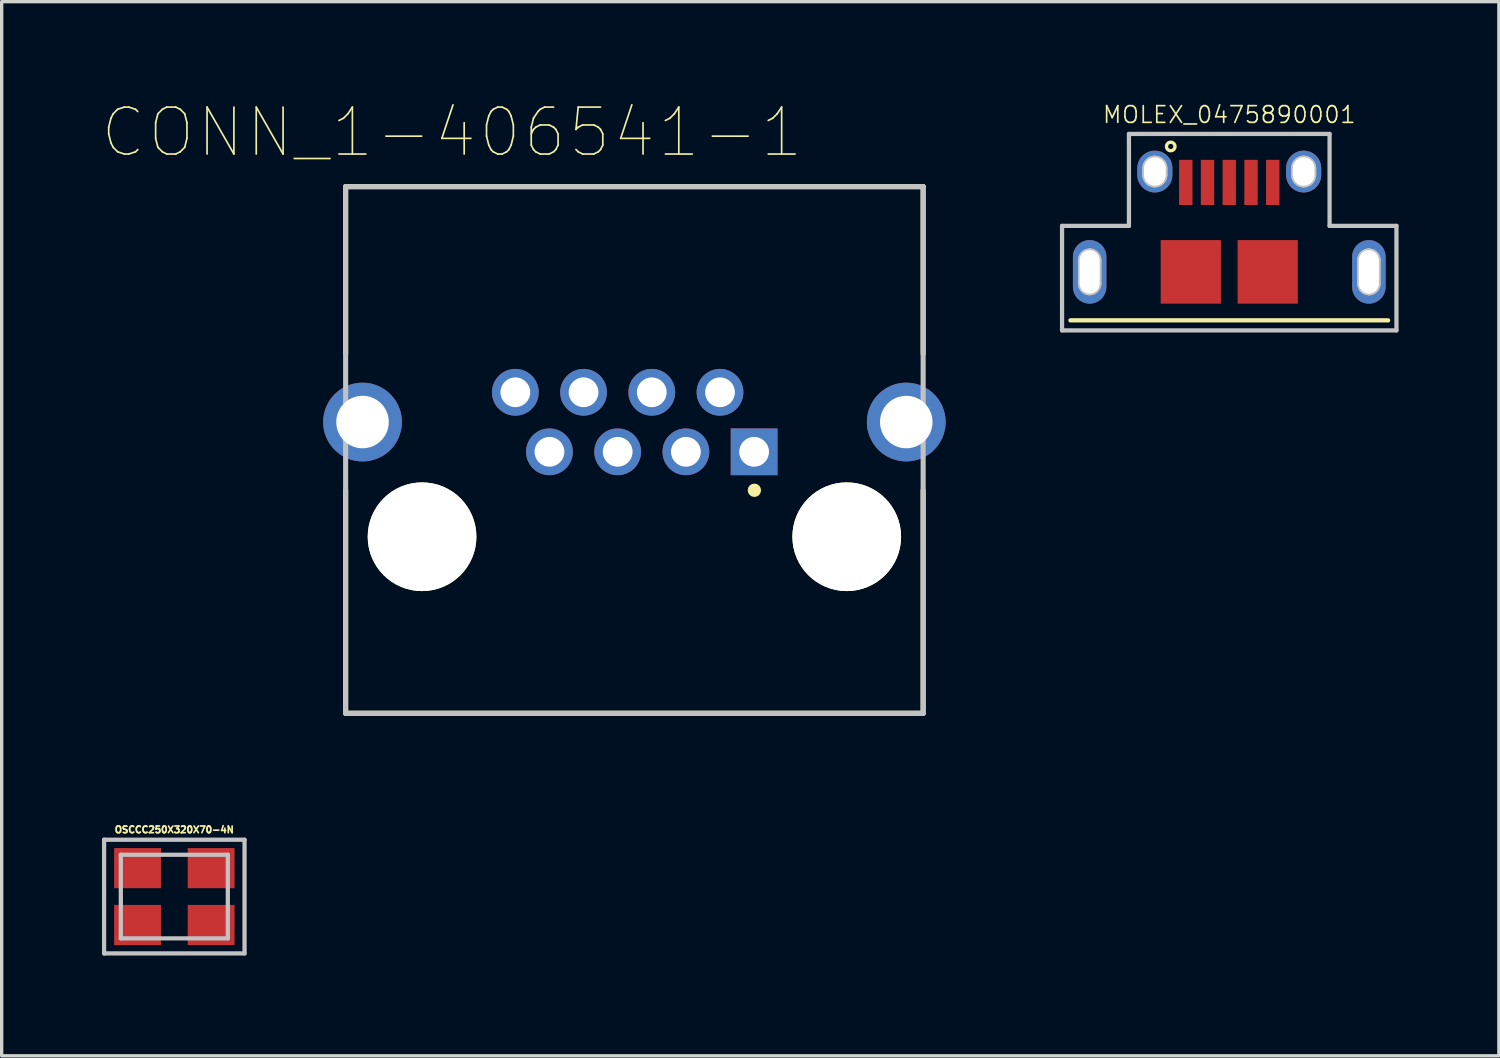
<source format=kicad_pcb>
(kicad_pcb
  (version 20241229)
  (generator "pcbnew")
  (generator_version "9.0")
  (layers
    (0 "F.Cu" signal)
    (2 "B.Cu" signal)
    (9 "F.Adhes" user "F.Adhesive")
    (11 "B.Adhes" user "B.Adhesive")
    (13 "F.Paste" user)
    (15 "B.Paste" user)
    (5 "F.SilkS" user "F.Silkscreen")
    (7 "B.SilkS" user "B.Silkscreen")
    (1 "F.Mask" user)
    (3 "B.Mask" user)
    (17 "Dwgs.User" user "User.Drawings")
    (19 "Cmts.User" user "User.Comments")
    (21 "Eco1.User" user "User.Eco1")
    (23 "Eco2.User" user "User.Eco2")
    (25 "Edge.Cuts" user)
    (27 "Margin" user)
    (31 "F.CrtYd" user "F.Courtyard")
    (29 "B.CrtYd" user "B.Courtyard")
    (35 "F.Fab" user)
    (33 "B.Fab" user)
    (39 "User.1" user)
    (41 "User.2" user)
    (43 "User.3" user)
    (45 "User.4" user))
  (footprint "CONN_1-406541-1"
    (layer "F.Cu")
    (at 15.921 9.571)
    (property "Reference" "CONN_1-406541-1" (at -5.458 -8.662 0) (layer "F.SilkS") (effects (font (size 1.404 1.404) (thickness 0.05))))
    (attr through_hole)
    (fp_line (start -8.635 -7.04) (end -8.635 -2.04) (stroke (width 0.152) (type solid)) (layer "F.SilkS"))
    (fp_line (start -8.635 -7.04) (end 8.635 -7.04) (stroke (width 0.152) (type solid)) (layer "F.SilkS"))
    (fp_line (start -8.635 2.04) (end -8.635 8.71) (stroke (width 0.152) (type solid)) (layer "F.SilkS"))
    (fp_line (start -8.635 8.71) (end 8.635 8.71) (stroke (width 0.152) (type solid)) (layer "F.SilkS"))
    (fp_line (start 8.635 -7.04) (end 8.635 -2.04) (stroke (width 0.152) (type solid)) (layer "F.SilkS"))
    (fp_line (start 8.635 2.04) (end 8.635 8.71) (stroke (width 0.152) (type solid)) (layer "F.SilkS"))
    (fp_circle (center 3.588 2.04) (end 3.688 2.04) (stroke (width 0.2) (type solid)) (fill no) (layer "F.SilkS"))
    (fp_line (start -8.635 -7.04) (end -8.635 8.71) (stroke (width 0.152) (type solid)) (layer "Dwgs.User"))
    (fp_line (start -8.635 -7.04) (end 8.635 -7.04) (stroke (width 0.152) (type solid)) (layer "Dwgs.User"))
    (fp_line (start -8.635 8.71) (end 8.635 8.71) (stroke (width 0.152) (type solid)) (layer "Dwgs.User"))
    (fp_line (start 8.635 -7.04) (end 8.635 8.71) (stroke (width 0.152) (type solid)) (layer "Dwgs.User"))
    (fp_line (start -9.7 -1.25) (end -8.885 -1.25) (stroke (width 0.05) (type solid)) (layer "Eco1.User"))
    (fp_line (start -9.7 1.25) (end -9.7 -1.25) (stroke (width 0.05) (type solid)) (layer "Eco1.User"))
    (fp_line (start -8.885 -7.29) (end 8.885 -7.29) (stroke (width 0.05) (type solid)) (layer "Eco1.User"))
    (fp_line (start -8.885 -1.25) (end -8.885 -7.29) (stroke (width 0.05) (type solid)) (layer "Eco1.User"))
    (fp_line (start -8.885 1.25) (end -9.7 1.25) (stroke (width 0.05) (type solid)) (layer "Eco1.User"))
    (fp_line (start -8.885 8.96) (end -8.885 1.25) (stroke (width 0.05) (type solid)) (layer "Eco1.User"))
    (fp_line (start 8.885 -7.29) (end 8.885 -1.25) (stroke (width 0.05) (type solid)) (layer "Eco1.User"))
    (fp_line (start 8.885 -1.25) (end 9.7 -1.25) (stroke (width 0.05) (type solid)) (layer "Eco1.User"))
    (fp_line (start 8.885 1.25) (end 8.885 8.96) (stroke (width 0.05) (type solid)) (layer "Eco1.User"))
    (fp_line (start 8.885 8.96) (end -8.885 8.96) (stroke (width 0.05) (type solid)) (layer "Eco1.User"))
    (fp_line (start 9.7 -1.25) (end 9.7 1.25) (stroke (width 0.05) (type solid)) (layer "Eco1.User"))
    (fp_line (start 9.7 1.25) (end 8.885 1.25) (stroke (width 0.05) (type solid)) (layer "Eco1.User"))
    (pad "" np_thru_hole circle (at -6.35 3.43) (size 3.25 3.25) (drill 3.25) (layers "*.Cu" "*.Mask" "F.SilkS"))
    (pad "" np_thru_hole circle (at 6.35 3.43) (size 3.25 3.25) (drill 3.25) (layers "*.Cu" "*.Mask" "F.SilkS"))
    (pad "1" thru_hole rect (at 3.58 0.89) (size 1.398 1.398) (drill 0.89) (layers "*.Cu" "*.Mask"))
    (pad "2" thru_hole circle (at 2.56 -0.89) (size 1.398 1.398) (drill 0.89) (layers "*.Cu" "*.Mask"))
    (pad "3" thru_hole circle (at 1.54 0.89) (size 1.398 1.398) (drill 0.89) (layers "*.Cu" "*.Mask"))
    (pad "4" thru_hole circle (at 0.52 -0.89) (size 1.398 1.398) (drill 0.89) (layers "*.Cu" "*.Mask"))
    (pad "5" thru_hole circle (at -0.5 0.89) (size 1.398 1.398) (drill 0.89) (layers "*.Cu" "*.Mask"))
    (pad "6" thru_hole circle (at -1.52 -0.89) (size 1.398 1.398) (drill 0.89) (layers "*.Cu" "*.Mask"))
    (pad "7" thru_hole circle (at -2.54 0.89) (size 1.398 1.398) (drill 0.89) (layers "*.Cu" "*.Mask"))
    (pad "8" thru_hole circle (at -3.56 -0.89) (size 1.398 1.398) (drill 0.89) (layers "*.Cu" "*.Mask"))
    (pad "9" thru_hole circle (at -8.13 0) (size 2.355 2.355) (drill 1.57) (layers "*.Cu" "*.Mask"))
    (pad "10" thru_hole circle (at 8.13 0) (size 2.355 2.355) (drill 1.57) (layers "*.Cu" "*.Mask")))
  (footprint "OSCCC250X320X70-4N"
    (layer "F.Cu")
    (at 2.163 23.761)
    (property "Reference" "OSCCC250X320X70-4N" (at 0 -2 0) (layer "F.SilkS") (effects (font (size 0.2 0.2) (thickness 0.05))))
    (attr smd)
    (fp_line (start -2.1 -1.7) (end 2.1 -1.7) (stroke (width 0.127) (type solid)) (layer "Dwgs.User"))
    (fp_line (start -2.1 1.7) (end -2.1 -1.7) (stroke (width 0.127) (type solid)) (layer "Dwgs.User"))
    (fp_line (start -1.6 -1.25) (end -1.6 1.25) (stroke (width 0.127) (type solid)) (layer "Dwgs.User"))
    (fp_line (start -1.6 1.25) (end 1.6 1.25) (stroke (width 0.127) (type solid)) (layer "Dwgs.User"))
    (fp_line (start 1.6 -1.25) (end -1.6 -1.25) (stroke (width 0.127) (type solid)) (layer "Dwgs.User"))
    (fp_line (start 1.6 1.25) (end 1.6 -1.25) (stroke (width 0.127) (type solid)) (layer "Dwgs.User"))
    (fp_line (start 2.1 -1.7) (end 2.1 1.7) (stroke (width 0.127) (type solid)) (layer "Dwgs.User"))
    (fp_line (start 2.1 1.7) (end -2.1 1.7) (stroke (width 0.127) (type solid)) (layer "Dwgs.User"))
    (pad "1" smd rect (at -1.1 0.85) (size 1.4 1.2) (layers "F.Cu" "F.Mask" "F.Paste"))
    (pad "2" smd rect (at 1.1 0.85) (size 1.4 1.2) (layers "F.Cu" "F.Mask" "F.Paste"))
    (pad "3" smd rect (at 1.1 -0.85) (size 1.4 1.2) (layers "F.Cu" "F.Mask" "F.Paste"))
    (pad "4" smd rect (at -1.1 -0.85) (size 1.4 1.2) (layers "F.Cu" "F.Mask" "F.Paste")))
  (footprint "MOLEX_0475890001"
    (layer "F.Cu")
    (at 33.71 5.08)
    (property "Reference" "MOLEX_0475890001" (at 0 -4.7 0) (layer "F.SilkS") (effects (font (size 0.5 0.5) (thickness 0.05))))
    (attr smd)
    (fp_line (start -4.75 1.45) (end 4.75 1.45) (stroke (width 0.127) (type solid)) (layer "F.SilkS"))
    (fp_circle (center -1.75 -3.75) (end -1.623 -3.75) (stroke (width 0.1) (type solid)) (fill no) (layer "F.SilkS"))
    (fp_line (start -5 -1.375) (end -5 1.75) (stroke (width 0.127) (type solid)) (layer "Dwgs.User"))
    (fp_line (start -5 1.75) (end 5 1.75) (stroke (width 0.127) (type solid)) (layer "Dwgs.User"))
    (fp_line (start -4.475 0.35) (end -4.475 -0.35) (stroke (width 0.1) (type solid)) (layer "Dwgs.User"))
    (fp_line (start -4.475 0.35) (end -4.475 -0.35) (stroke (width 0.1) (type solid)) (layer "Dwgs.User"))
    (fp_line (start -3.875 -0.35) (end -3.875 0.35) (stroke (width 0.1) (type solid)) (layer "Dwgs.User"))
    (fp_line (start -3.875 -0.35) (end -3.875 0.35) (stroke (width 0.1) (type solid)) (layer "Dwgs.User"))
    (fp_line (start -3 -4.125) (end -3 -1.375) (stroke (width 0.127) (type solid)) (layer "Dwgs.User"))
    (fp_line (start -3 -1.375) (end -5 -1.375) (stroke (width 0.127) (type solid)) (layer "Dwgs.User"))
    (fp_line (start -2.55 -2.9) (end -2.55 -3.1) (stroke (width 0.1) (type solid)) (layer "Dwgs.User"))
    (fp_line (start -2.55 -2.9) (end -2.55 -3.1) (stroke (width 0.1) (type solid)) (layer "Dwgs.User"))
    (fp_line (start -1.9 -3.1) (end -1.9 -2.9) (stroke (width 0.1) (type solid)) (layer "Dwgs.User"))
    (fp_line (start -1.9 -3.1) (end -1.9 -2.9) (stroke (width 0.1) (type solid)) (layer "Dwgs.User"))
    (fp_line (start 1.9 -2.9) (end 1.9 -3.1) (stroke (width 0.1) (type solid)) (layer "Dwgs.User"))
    (fp_line (start 1.9 -2.9) (end 1.9 -3.1) (stroke (width 0.1) (type solid)) (layer "Dwgs.User"))
    (fp_line (start 2.55 -3.1) (end 2.55 -2.9) (stroke (width 0.1) (type solid)) (layer "Dwgs.User"))
    (fp_line (start 2.55 -3.1) (end 2.55 -2.9) (stroke (width 0.1) (type solid)) (layer "Dwgs.User"))
    (fp_line (start 3 -4.125) (end -3 -4.125) (stroke (width 0.127) (type solid)) (layer "Dwgs.User"))
    (fp_line (start 3 -1.375) (end 3 -4.125) (stroke (width 0.127) (type solid)) (layer "Dwgs.User"))
    (fp_line (start 3.875 -0.35) (end 3.875 0.35) (stroke (width 0.1) (type solid)) (layer "Dwgs.User"))
    (fp_line (start 3.875 -0.35) (end 3.875 0.35) (stroke (width 0.1) (type solid)) (layer "Dwgs.User"))
    (fp_line (start 4.475 0.35) (end 4.475 -0.35) (stroke (width 0.1) (type solid)) (layer "Dwgs.User"))
    (fp_line (start 4.475 0.35) (end 4.475 -0.35) (stroke (width 0.1) (type solid)) (layer "Dwgs.User"))
    (fp_line (start 5 -1.375) (end 3 -1.375) (stroke (width 0.127) (type solid)) (layer "Dwgs.User"))
    (fp_line (start 5 1.75) (end 5 -1.375) (stroke (width 0.127) (type solid)) (layer "Dwgs.User"))
    (fp_arc (start -4.475 -0.35) (mid -4.387132 -0.562132) (end -4.175 -0.65) (stroke (width 0.1) (type solid)) (layer "Dwgs.User"))
    (fp_arc (start -4.475 -0.35) (mid -4.387132 -0.562132) (end -4.175 -0.65) (stroke (width 0.1) (type solid)) (layer "Dwgs.User"))
    (fp_arc (start -4.175 -0.65) (mid -3.962868 -0.562132) (end -3.875 -0.35) (stroke (width 0.1) (type solid)) (layer "Dwgs.User"))
    (fp_arc (start -4.175 -0.65) (mid -3.962868 -0.562132) (end -3.875 -0.35) (stroke (width 0.1) (type solid)) (layer "Dwgs.User"))
    (fp_arc (start -4.175 0.65) (mid -4.387132 0.562132) (end -4.475 0.35) (stroke (width 0.1) (type solid)) (layer "Dwgs.User"))
    (fp_arc (start -4.175 0.65) (mid -4.387132 0.562132) (end -4.475 0.35) (stroke (width 0.1) (type solid)) (layer "Dwgs.User"))
    (fp_arc (start -3.875 0.35) (mid -3.962868 0.562132) (end -4.175 0.65) (stroke (width 0.1) (type solid)) (layer "Dwgs.User"))
    (fp_arc (start -3.875 0.35) (mid -3.962868 0.562132) (end -4.175 0.65) (stroke (width 0.1) (type solid)) (layer "Dwgs.User"))
    (fp_arc (start -2.55 -3.1) (mid -2.45481 -3.32981) (end -2.225 -3.425) (stroke (width 0.1) (type solid)) (layer "Dwgs.User"))
    (fp_arc (start -2.55 -3.1) (mid -2.45481 -3.32981) (end -2.225 -3.425) (stroke (width 0.1) (type solid)) (layer "Dwgs.User"))
    (fp_arc (start -2.225 -3.425) (mid -1.99519 -3.32981) (end -1.9 -3.1) (stroke (width 0.1) (type solid)) (layer "Dwgs.User"))
    (fp_arc (start -2.225 -3.425) (mid -1.99519 -3.32981) (end -1.9 -3.1) (stroke (width 0.1) (type solid)) (layer "Dwgs.User"))
    (fp_arc (start -2.225 -2.575) (mid -2.45481 -2.67019) (end -2.55 -2.9) (stroke (width 0.1) (type solid)) (layer "Dwgs.User"))
    (fp_arc (start -2.225 -2.575) (mid -2.45481 -2.67019) (end -2.55 -2.9) (stroke (width 0.1) (type solid)) (layer "Dwgs.User"))
    (fp_arc (start -1.9 -2.9) (mid -1.99519 -2.67019) (end -2.225 -2.575) (stroke (width 0.1) (type solid)) (layer "Dwgs.User"))
    (fp_arc (start -1.9 -2.9) (mid -1.99519 -2.67019) (end -2.225 -2.575) (stroke (width 0.1) (type solid)) (layer "Dwgs.User"))
    (fp_arc (start 1.9 -3.1) (mid 1.99519 -3.32981) (end 2.225 -3.425) (stroke (width 0.1) (type solid)) (layer "Dwgs.User"))
    (fp_arc (start 1.9 -3.1) (mid 1.99519 -3.32981) (end 2.225 -3.425) (stroke (width 0.1) (type solid)) (layer "Dwgs.User"))
    (fp_arc (start 2.225 -3.425) (mid 2.45481 -3.32981) (end 2.55 -3.1) (stroke (width 0.1) (type solid)) (layer "Dwgs.User"))
    (fp_arc (start 2.225 -3.425) (mid 2.45481 -3.32981) (end 2.55 -3.1) (stroke (width 0.1) (type solid)) (layer "Dwgs.User"))
    (fp_arc (start 2.225 -2.575) (mid 1.99519 -2.67019) (end 1.9 -2.9) (stroke (width 0.1) (type solid)) (layer "Dwgs.User"))
    (fp_arc (start 2.225 -2.575) (mid 1.99519 -2.67019) (end 1.9 -2.9) (stroke (width 0.1) (type solid)) (layer "Dwgs.User"))
    (fp_arc (start 2.55 -2.9) (mid 2.45481 -2.67019) (end 2.225 -2.575) (stroke (width 0.1) (type solid)) (layer "Dwgs.User"))
    (fp_arc (start 2.55 -2.9) (mid 2.45481 -2.67019) (end 2.225 -2.575) (stroke (width 0.1) (type solid)) (layer "Dwgs.User"))
    (fp_arc (start 3.875 -0.35) (mid 3.962868 -0.562132) (end 4.175 -0.65) (stroke (width 0.1) (type solid)) (layer "Dwgs.User"))
    (fp_arc (start 3.875 -0.35) (mid 3.962868 -0.562132) (end 4.175 -0.65) (stroke (width 0.1) (type solid)) (layer "Dwgs.User"))
    (fp_arc (start 4.175 -0.65) (mid 4.387132 -0.562132) (end 4.475 -0.35) (stroke (width 0.1) (type solid)) (layer "Dwgs.User"))
    (fp_arc (start 4.175 -0.65) (mid 4.387132 -0.562132) (end 4.475 -0.35) (stroke (width 0.1) (type solid)) (layer "Dwgs.User"))
    (fp_arc (start 4.175 0.65) (mid 3.962868 0.562132) (end 3.875 0.35) (stroke (width 0.1) (type solid)) (layer "Dwgs.User"))
    (fp_arc (start 4.175 0.65) (mid 3.962868 0.562132) (end 3.875 0.35) (stroke (width 0.1) (type solid)) (layer "Dwgs.User"))
    (fp_arc (start 4.475 0.35) (mid 4.387132 0.562132) (end 4.175 0.65) (stroke (width 0.1) (type solid)) (layer "Dwgs.User"))
    (fp_arc (start 4.475 0.35) (mid 4.387132 0.562132) (end 4.175 0.65) (stroke (width 0.1) (type solid)) (layer "Dwgs.User"))
    (pad "" thru_hole oval (at -4.175 0) (size 1 1.9) (drill oval 0.6 1.3) (layers "*.Cu" "*.Mask"))
    (pad "" thru_hole oval (at -2.225 -3) (size 1.05 1.25) (drill oval 0.65 0.85) (layers "*.Cu" "*.Mask"))
    (pad "" smd rect (at -1.15 0) (size 1.8 1.9) (layers "F.Cu" "F.Mask" "F.Paste"))
    (pad "" smd rect (at 1.15 0) (size 1.8 1.9) (layers "F.Cu" "F.Mask" "F.Paste"))
    (pad "" thru_hole oval (at 2.225 -3) (size 1.05 1.25) (drill oval 0.65 0.85) (layers "*.Cu" "*.Mask"))
    (pad "" thru_hole oval (at 4.175 0) (size 1 1.9) (drill oval 0.6 1.3) (layers "*.Cu" "*.Mask"))
    (pad "1" smd rect (at -1.3 -2.675) (size 0.4 1.35) (layers "F.Cu" "F.Mask" "F.Paste"))
    (pad "2" smd rect (at -0.65 -2.675) (size 0.4 1.35) (layers "F.Cu" "F.Mask" "F.Paste"))
    (pad "3" smd rect (at 0 -2.675) (size 0.4 1.35) (layers "F.Cu" "F.Mask" "F.Paste"))
    (pad "4" smd rect (at 0.65 -2.675) (size 0.4 1.35) (layers "F.Cu" "F.Mask" "F.Paste"))
    (pad "5" smd rect (at 1.3 -2.675) (size 0.4 1.35) (layers "F.Cu" "F.Mask" "F.Paste")))
  (gr_rect
    (start -3 -3)
    (end 41.773 28.524)
    (stroke (width 0.1) (type default))
    (fill no)
    (layer "Edge.Cuts")))
</source>
